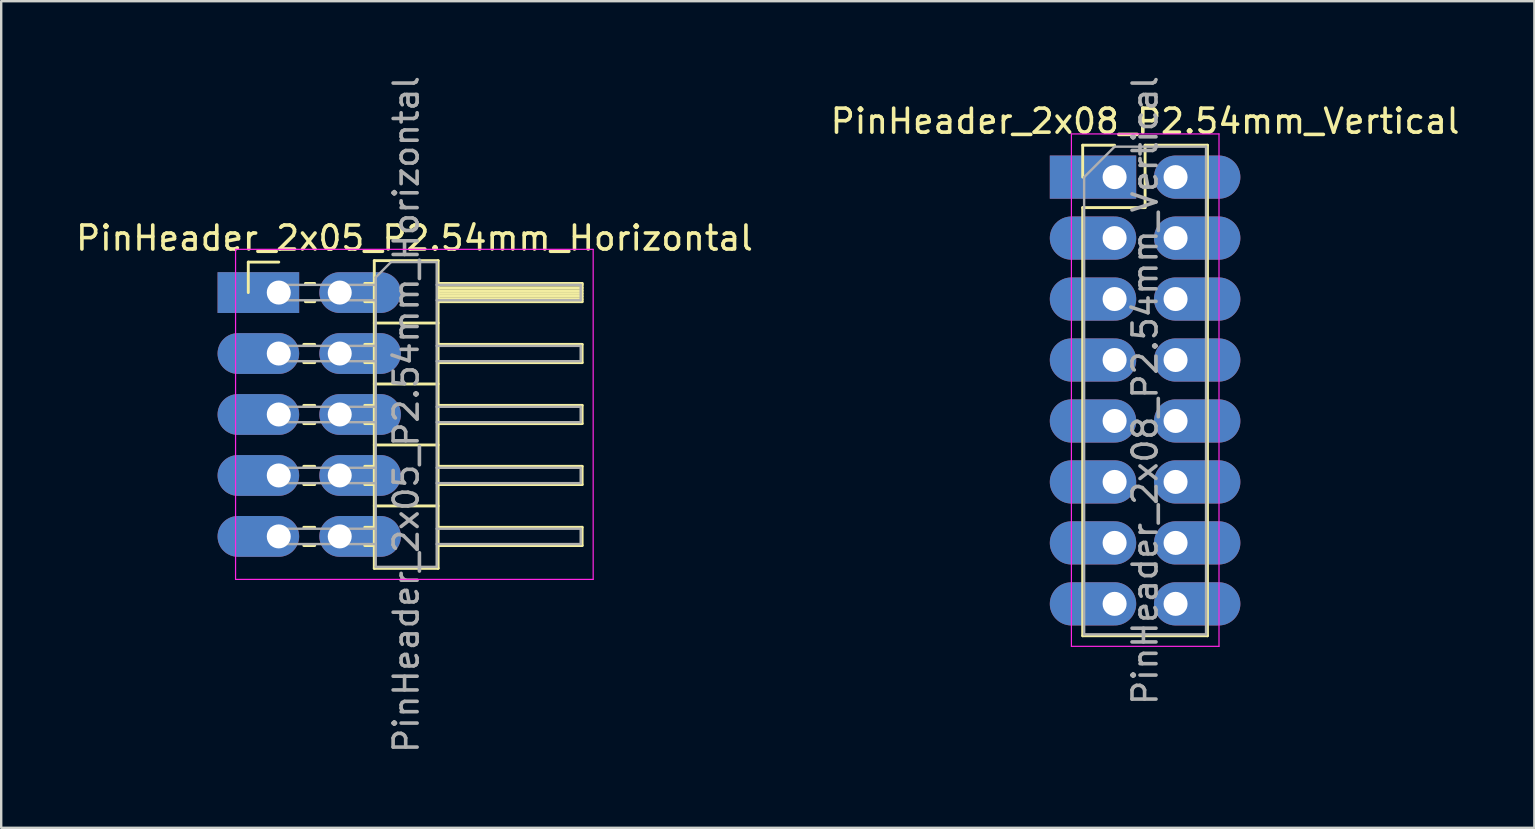
<source format=kicad_pcb>
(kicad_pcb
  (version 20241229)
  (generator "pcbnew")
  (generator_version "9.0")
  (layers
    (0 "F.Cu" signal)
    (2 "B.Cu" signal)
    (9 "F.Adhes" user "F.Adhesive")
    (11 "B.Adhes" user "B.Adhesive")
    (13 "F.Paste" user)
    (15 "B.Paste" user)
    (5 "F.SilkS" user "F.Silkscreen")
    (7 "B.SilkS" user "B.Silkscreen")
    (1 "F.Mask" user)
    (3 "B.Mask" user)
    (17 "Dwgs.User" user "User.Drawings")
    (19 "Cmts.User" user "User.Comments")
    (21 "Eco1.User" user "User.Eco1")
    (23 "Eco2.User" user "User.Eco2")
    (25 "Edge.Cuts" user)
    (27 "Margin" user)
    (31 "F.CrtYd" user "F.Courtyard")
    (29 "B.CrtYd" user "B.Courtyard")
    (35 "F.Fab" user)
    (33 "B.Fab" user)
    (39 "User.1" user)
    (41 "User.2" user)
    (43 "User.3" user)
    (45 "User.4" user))
  (footprint "PinHeader_2x08_P2.54mm_Vertical"
    (layer "F.Cu")
    (at 43.391 4.33)
    (property "Reference" "PinHeader_2x08_P2.54mm_Vertical" (at 1.27 -2.33 0) (layer "F.SilkS") (effects (font (size 1 1) (thickness 0.15))))
    (attr through_hole)
    (fp_line (start -1.33 -1.33) (end 0 -1.33) (stroke (width 0.12) (type solid)) (layer "F.SilkS"))
    (fp_line (start -1.33 0) (end -1.33 -1.33) (stroke (width 0.12) (type solid)) (layer "F.SilkS"))
    (fp_line (start -1.33 1.27) (end -1.33 19.11) (stroke (width 0.12) (type solid)) (layer "F.SilkS"))
    (fp_line (start -1.33 1.27) (end 1.27 1.27) (stroke (width 0.12) (type solid)) (layer "F.SilkS"))
    (fp_line (start -1.33 19.11) (end 3.87 19.11) (stroke (width 0.12) (type solid)) (layer "F.SilkS"))
    (fp_line (start 1.27 -1.33) (end 3.87 -1.33) (stroke (width 0.12) (type solid)) (layer "F.SilkS"))
    (fp_line (start 1.27 1.27) (end 1.27 -1.33) (stroke (width 0.12) (type solid)) (layer "F.SilkS"))
    (fp_line (start 3.87 -1.33) (end 3.87 19.11) (stroke (width 0.12) (type solid)) (layer "F.SilkS"))
    (fp_line (start -1.8 -1.8) (end -1.8 19.55) (stroke (width 0.05) (type solid)) (layer "F.CrtYd"))
    (fp_line (start -1.8 19.55) (end 4.35 19.55) (stroke (width 0.05) (type solid)) (layer "F.CrtYd"))
    (fp_line (start 4.35 -1.8) (end -1.8 -1.8) (stroke (width 0.05) (type solid)) (layer "F.CrtYd"))
    (fp_line (start 4.35 19.55) (end 4.35 -1.8) (stroke (width 0.05) (type solid)) (layer "F.CrtYd"))
    (fp_line (start -1.27 0) (end 0 -1.27) (stroke (width 0.1) (type solid)) (layer "F.Fab"))
    (fp_line (start -1.27 19.05) (end -1.27 0) (stroke (width 0.1) (type solid)) (layer "F.Fab"))
    (fp_line (start 0 -1.27) (end 3.81 -1.27) (stroke (width 0.1) (type solid)) (layer "F.Fab"))
    (fp_line (start 3.81 -1.27) (end 3.81 19.05) (stroke (width 0.1) (type solid)) (layer "F.Fab"))
    (fp_line (start 3.81 19.05) (end -1.27 19.05) (stroke (width 0.1) (type solid)) (layer "F.Fab"))
    (fp_text user "${REFERENCE}" (at 1.27 8.89 90) (layer "F.Fab") (effects (font (size 1 1) (thickness 0.15))))
    (pad "1" thru_hole rect (at 0 0) (size 3.6 1.8) (drill 1 (offset -0.9 0)) (layers "*.Cu" "*.Mask"))
    (pad "2" thru_hole oval (at 2.54 0) (size 3.6 1.8) (drill 1 (offset 0.9 0)) (layers "*.Cu" "*.Mask"))
    (pad "3" thru_hole oval (at 0 2.54) (size 3.6 1.8) (drill 1 (offset -0.9 0)) (layers "*.Cu" "*.Mask"))
    (pad "4" thru_hole oval (at 2.54 2.54) (size 3.6 1.8) (drill 1 (offset 0.9 0)) (layers "*.Cu" "*.Mask"))
    (pad "5" thru_hole oval (at 0 5.08) (size 3.6 1.8) (drill 1 (offset -0.9 0)) (layers "*.Cu" "*.Mask"))
    (pad "6" thru_hole oval (at 2.54 5.08) (size 3.6 1.8) (drill 1 (offset 0.9 0)) (layers "*.Cu" "*.Mask"))
    (pad "7" thru_hole oval (at 0 7.62) (size 3.6 1.8) (drill 1 (offset -0.9 0)) (layers "*.Cu" "*.Mask"))
    (pad "8" thru_hole oval (at 2.54 7.62) (size 3.6 1.8) (drill 1 (offset 0.9 0)) (layers "*.Cu" "*.Mask"))
    (pad "9" thru_hole oval (at 0 10.16) (size 3.6 1.8) (drill 1 (offset -0.9 0)) (layers "*.Cu" "*.Mask"))
    (pad "10" thru_hole oval (at 2.54 10.16) (size 3.6 1.8) (drill 1 (offset 0.9 0)) (layers "*.Cu" "*.Mask"))
    (pad "11" thru_hole oval (at 0 12.7) (size 3.6 1.8) (drill 1 (offset -0.9 0)) (layers "*.Cu" "*.Mask"))
    (pad "12" thru_hole oval (at 2.54 12.7) (size 3.6 1.8) (drill 1 (offset 0.9 0)) (layers "*.Cu" "*.Mask"))
    (pad "13" thru_hole oval (at 0 15.24) (size 3.6 1.8) (drill 1 (offset -0.9 0)) (layers "*.Cu" "*.Mask"))
    (pad "14" thru_hole oval (at 2.54 15.24) (size 3.6 1.8) (drill 1 (offset 0.9 0)) (layers "*.Cu" "*.Mask"))
    (pad "15" thru_hole oval (at 0 17.78) (size 3.6 1.8) (drill 1 (offset -0.9 0)) (layers "*.Cu" "*.Mask"))
    (pad "16" thru_hole oval (at 2.54 17.78) (size 3.6 1.8) (drill 1 (offset 0.9 0)) (layers "*.Cu" "*.Mask")))
  (footprint "PinHeader_2x05_P2.54mm_Horizontal"
    (layer "F.Cu")
    (at 8.565 9.14)
    (property "Reference" "PinHeader_2x05_P2.54mm_Horizontal" (at 5.655 -2.27 0) (layer "F.SilkS") (effects (font (size 1 1) (thickness 0.15))))
    (attr through_hole)
    (fp_line (start -1.27 -1.27) (end 0 -1.27) (stroke (width 0.12) (type solid)) (layer "F.SilkS"))
    (fp_line (start -1.27 0) (end -1.27 -1.27) (stroke (width 0.12) (type solid)) (layer "F.SilkS"))
    (fp_line (start 1.043 2.16) (end 1.497 2.16) (stroke (width 0.12) (type solid)) (layer "F.SilkS"))
    (fp_line (start 1.043 2.92) (end 1.497 2.92) (stroke (width 0.12) (type solid)) (layer "F.SilkS"))
    (fp_line (start 1.043 4.7) (end 1.497 4.7) (stroke (width 0.12) (type solid)) (layer "F.SilkS"))
    (fp_line (start 1.043 5.46) (end 1.497 5.46) (stroke (width 0.12) (type solid)) (layer "F.SilkS"))
    (fp_line (start 1.043 7.24) (end 1.497 7.24) (stroke (width 0.12) (type solid)) (layer "F.SilkS"))
    (fp_line (start 1.043 8) (end 1.497 8) (stroke (width 0.12) (type solid)) (layer "F.SilkS"))
    (fp_line (start 1.043 9.78) (end 1.497 9.78) (stroke (width 0.12) (type solid)) (layer "F.SilkS"))
    (fp_line (start 1.043 10.54) (end 1.497 10.54) (stroke (width 0.12) (type solid)) (layer "F.SilkS"))
    (fp_line (start 1.11 -0.38) (end 1.497 -0.38) (stroke (width 0.12) (type solid)) (layer "F.SilkS"))
    (fp_line (start 1.11 0.38) (end 1.497 0.38) (stroke (width 0.12) (type solid)) (layer "F.SilkS"))
    (fp_line (start 3.583 -0.38) (end 3.98 -0.38) (stroke (width 0.12) (type solid)) (layer "F.SilkS"))
    (fp_line (start 3.583 0.38) (end 3.98 0.38) (stroke (width 0.12) (type solid)) (layer "F.SilkS"))
    (fp_line (start 3.583 2.16) (end 3.98 2.16) (stroke (width 0.12) (type solid)) (layer "F.SilkS"))
    (fp_line (start 3.583 2.92) (end 3.98 2.92) (stroke (width 0.12) (type solid)) (layer "F.SilkS"))
    (fp_line (start 3.583 4.7) (end 3.98 4.7) (stroke (width 0.12) (type solid)) (layer "F.SilkS"))
    (fp_line (start 3.583 5.46) (end 3.98 5.46) (stroke (width 0.12) (type solid)) (layer "F.SilkS"))
    (fp_line (start 3.583 7.24) (end 3.98 7.24) (stroke (width 0.12) (type solid)) (layer "F.SilkS"))
    (fp_line (start 3.583 8) (end 3.98 8) (stroke (width 0.12) (type solid)) (layer "F.SilkS"))
    (fp_line (start 3.583 9.78) (end 3.98 9.78) (stroke (width 0.12) (type solid)) (layer "F.SilkS"))
    (fp_line (start 3.583 10.54) (end 3.98 10.54) (stroke (width 0.12) (type solid)) (layer "F.SilkS"))
    (fp_line (start 3.98 -1.33) (end 3.98 11.49) (stroke (width 0.12) (type solid)) (layer "F.SilkS"))
    (fp_line (start 3.98 1.27) (end 6.64 1.27) (stroke (width 0.12) (type solid)) (layer "F.SilkS"))
    (fp_line (start 3.98 3.81) (end 6.64 3.81) (stroke (width 0.12) (type solid)) (layer "F.SilkS"))
    (fp_line (start 3.98 6.35) (end 6.64 6.35) (stroke (width 0.12) (type solid)) (layer "F.SilkS"))
    (fp_line (start 3.98 8.89) (end 6.64 8.89) (stroke (width 0.12) (type solid)) (layer "F.SilkS"))
    (fp_line (start 3.98 11.49) (end 6.64 11.49) (stroke (width 0.12) (type solid)) (layer "F.SilkS"))
    (fp_line (start 6.64 -1.33) (end 3.98 -1.33) (stroke (width 0.12) (type solid)) (layer "F.SilkS"))
    (fp_line (start 6.64 -0.38) (end 12.64 -0.38) (stroke (width 0.12) (type solid)) (layer "F.SilkS"))
    (fp_line (start 6.64 -0.32) (end 12.64 -0.32) (stroke (width 0.12) (type solid)) (layer "F.SilkS"))
    (fp_line (start 6.64 -0.2) (end 12.64 -0.2) (stroke (width 0.12) (type solid)) (layer "F.SilkS"))
    (fp_line (start 6.64 -0.08) (end 12.64 -0.08) (stroke (width 0.12) (type solid)) (layer "F.SilkS"))
    (fp_line (start 6.64 0.04) (end 12.64 0.04) (stroke (width 0.12) (type solid)) (layer "F.SilkS"))
    (fp_line (start 6.64 0.16) (end 12.64 0.16) (stroke (width 0.12) (type solid)) (layer "F.SilkS"))
    (fp_line (start 6.64 0.28) (end 12.64 0.28) (stroke (width 0.12) (type solid)) (layer "F.SilkS"))
    (fp_line (start 6.64 2.16) (end 12.64 2.16) (stroke (width 0.12) (type solid)) (layer "F.SilkS"))
    (fp_line (start 6.64 4.7) (end 12.64 4.7) (stroke (width 0.12) (type solid)) (layer "F.SilkS"))
    (fp_line (start 6.64 7.24) (end 12.64 7.24) (stroke (width 0.12) (type solid)) (layer "F.SilkS"))
    (fp_line (start 6.64 9.78) (end 12.64 9.78) (stroke (width 0.12) (type solid)) (layer "F.SilkS"))
    (fp_line (start 6.64 11.49) (end 6.64 -1.33) (stroke (width 0.12) (type solid)) (layer "F.SilkS"))
    (fp_line (start 12.64 -0.38) (end 12.64 0.38) (stroke (width 0.12) (type solid)) (layer "F.SilkS"))
    (fp_line (start 12.64 0.38) (end 6.64 0.38) (stroke (width 0.12) (type solid)) (layer "F.SilkS"))
    (fp_line (start 12.64 2.16) (end 12.64 2.92) (stroke (width 0.12) (type solid)) (layer "F.SilkS"))
    (fp_line (start 12.64 2.92) (end 6.64 2.92) (stroke (width 0.12) (type solid)) (layer "F.SilkS"))
    (fp_line (start 12.64 4.7) (end 12.64 5.46) (stroke (width 0.12) (type solid)) (layer "F.SilkS"))
    (fp_line (start 12.64 5.46) (end 6.64 5.46) (stroke (width 0.12) (type solid)) (layer "F.SilkS"))
    (fp_line (start 12.64 7.24) (end 12.64 8) (stroke (width 0.12) (type solid)) (layer "F.SilkS"))
    (fp_line (start 12.64 8) (end 6.64 8) (stroke (width 0.12) (type solid)) (layer "F.SilkS"))
    (fp_line (start 12.64 9.78) (end 12.64 10.54) (stroke (width 0.12) (type solid)) (layer "F.SilkS"))
    (fp_line (start 12.64 10.54) (end 6.64 10.54) (stroke (width 0.12) (type solid)) (layer "F.SilkS"))
    (fp_line (start -1.8 -1.8) (end -1.8 11.95) (stroke (width 0.05) (type solid)) (layer "F.CrtYd"))
    (fp_line (start -1.8 11.95) (end 13.1 11.95) (stroke (width 0.05) (type solid)) (layer "F.CrtYd"))
    (fp_line (start 13.1 -1.8) (end -1.8 -1.8) (stroke (width 0.05) (type solid)) (layer "F.CrtYd"))
    (fp_line (start 13.1 11.95) (end 13.1 -1.8) (stroke (width 0.05) (type solid)) (layer "F.CrtYd"))
    (fp_line (start -0.32 -0.32) (end -0.32 0.32) (stroke (width 0.1) (type solid)) (layer "F.Fab"))
    (fp_line (start -0.32 -0.32) (end 4.04 -0.32) (stroke (width 0.1) (type solid)) (layer "F.Fab"))
    (fp_line (start -0.32 0.32) (end 4.04 0.32) (stroke (width 0.1) (type solid)) (layer "F.Fab"))
    (fp_line (start -0.32 2.22) (end -0.32 2.86) (stroke (width 0.1) (type solid)) (layer "F.Fab"))
    (fp_line (start -0.32 2.22) (end 4.04 2.22) (stroke (width 0.1) (type solid)) (layer "F.Fab"))
    (fp_line (start -0.32 2.86) (end 4.04 2.86) (stroke (width 0.1) (type solid)) (layer "F.Fab"))
    (fp_line (start -0.32 4.76) (end -0.32 5.4) (stroke (width 0.1) (type solid)) (layer "F.Fab"))
    (fp_line (start -0.32 4.76) (end 4.04 4.76) (stroke (width 0.1) (type solid)) (layer "F.Fab"))
    (fp_line (start -0.32 5.4) (end 4.04 5.4) (stroke (width 0.1) (type solid)) (layer "F.Fab"))
    (fp_line (start -0.32 7.3) (end -0.32 7.94) (stroke (width 0.1) (type solid)) (layer "F.Fab"))
    (fp_line (start -0.32 7.3) (end 4.04 7.3) (stroke (width 0.1) (type solid)) (layer "F.Fab"))
    (fp_line (start -0.32 7.94) (end 4.04 7.94) (stroke (width 0.1) (type solid)) (layer "F.Fab"))
    (fp_line (start -0.32 9.84) (end -0.32 10.48) (stroke (width 0.1) (type solid)) (layer "F.Fab"))
    (fp_line (start -0.32 9.84) (end 4.04 9.84) (stroke (width 0.1) (type solid)) (layer "F.Fab"))
    (fp_line (start -0.32 10.48) (end 4.04 10.48) (stroke (width 0.1) (type solid)) (layer "F.Fab"))
    (fp_line (start 4.04 -0.635) (end 4.675 -1.27) (stroke (width 0.1) (type solid)) (layer "F.Fab"))
    (fp_line (start 4.04 11.43) (end 4.04 -0.635) (stroke (width 0.1) (type solid)) (layer "F.Fab"))
    (fp_line (start 4.675 -1.27) (end 6.58 -1.27) (stroke (width 0.1) (type solid)) (layer "F.Fab"))
    (fp_line (start 6.58 -1.27) (end 6.58 11.43) (stroke (width 0.1) (type solid)) (layer "F.Fab"))
    (fp_line (start 6.58 -0.32) (end 12.58 -0.32) (stroke (width 0.1) (type solid)) (layer "F.Fab"))
    (fp_line (start 6.58 0.32) (end 12.58 0.32) (stroke (width 0.1) (type solid)) (layer "F.Fab"))
    (fp_line (start 6.58 2.22) (end 12.58 2.22) (stroke (width 0.1) (type solid)) (layer "F.Fab"))
    (fp_line (start 6.58 2.86) (end 12.58 2.86) (stroke (width 0.1) (type solid)) (layer "F.Fab"))
    (fp_line (start 6.58 4.76) (end 12.58 4.76) (stroke (width 0.1) (type solid)) (layer "F.Fab"))
    (fp_line (start 6.58 5.4) (end 12.58 5.4) (stroke (width 0.1) (type solid)) (layer "F.Fab"))
    (fp_line (start 6.58 7.3) (end 12.58 7.3) (stroke (width 0.1) (type solid)) (layer "F.Fab"))
    (fp_line (start 6.58 7.94) (end 12.58 7.94) (stroke (width 0.1) (type solid)) (layer "F.Fab"))
    (fp_line (start 6.58 9.84) (end 12.58 9.84) (stroke (width 0.1) (type solid)) (layer "F.Fab"))
    (fp_line (start 6.58 10.48) (end 12.58 10.48) (stroke (width 0.1) (type solid)) (layer "F.Fab"))
    (fp_line (start 6.58 11.43) (end 4.04 11.43) (stroke (width 0.1) (type solid)) (layer "F.Fab"))
    (fp_line (start 12.58 -0.32) (end 12.58 0.32) (stroke (width 0.1) (type solid)) (layer "F.Fab"))
    (fp_line (start 12.58 2.22) (end 12.58 2.86) (stroke (width 0.1) (type solid)) (layer "F.Fab"))
    (fp_line (start 12.58 4.76) (end 12.58 5.4) (stroke (width 0.1) (type solid)) (layer "F.Fab"))
    (fp_line (start 12.58 7.3) (end 12.58 7.94) (stroke (width 0.1) (type solid)) (layer "F.Fab"))
    (fp_line (start 12.58 9.84) (end 12.58 10.48) (stroke (width 0.1) (type solid)) (layer "F.Fab"))
    (fp_text user "${REFERENCE}" (at 5.31 5.08 90) (layer "F.Fab") (effects (font (size 1 1) (thickness 0.15))))
    (pad "1" thru_hole rect (at 0 0) (size 3.4 1.7) (drill 1 (offset -0.85 0)) (layers "*.Cu" "*.Mask"))
    (pad "2" thru_hole oval (at 2.54 0) (size 3.4 1.7) (drill 1 (offset 0.85 0)) (layers "*.Cu" "*.Mask"))
    (pad "3" thru_hole oval (at 0 2.54) (size 3.4 1.7) (drill 1 (offset -0.85 0)) (layers "*.Cu" "*.Mask"))
    (pad "4" thru_hole oval (at 2.54 2.54) (size 3.4 1.7) (drill 1 (offset 0.85 0)) (layers "*.Cu" "*.Mask"))
    (pad "5" thru_hole oval (at 0 5.08) (size 3.4 1.7) (drill 1 (offset -0.85 0)) (layers "*.Cu" "*.Mask"))
    (pad "6" thru_hole oval (at 2.54 5.08) (size 3.4 1.7) (drill 1 (offset 0.85 0)) (layers "*.Cu" "*.Mask"))
    (pad "7" thru_hole oval (at 0 7.62) (size 3.4 1.7) (drill 1 (offset -0.85 0)) (layers "*.Cu" "*.Mask"))
    (pad "8" thru_hole oval (at 2.54 7.62) (size 3.4 1.7) (drill 1 (offset 0.85 0)) (layers "*.Cu" "*.Mask"))
    (pad "9" thru_hole oval (at 0 10.16) (size 3.4 1.7) (drill 1 (offset -0.85 0)) (layers "*.Cu" "*.Mask"))
    (pad "10" thru_hole oval (at 2.54 10.16) (size 3.4 1.7) (drill 1 (offset 0.85 0)) (layers "*.Cu" "*.Mask")))
  (gr_rect
    (start -3 -3)
    (end 60.881 31.44)
    (stroke (width 0.1) (type default))
    (fill no)
    (layer "Edge.Cuts")))
</source>
